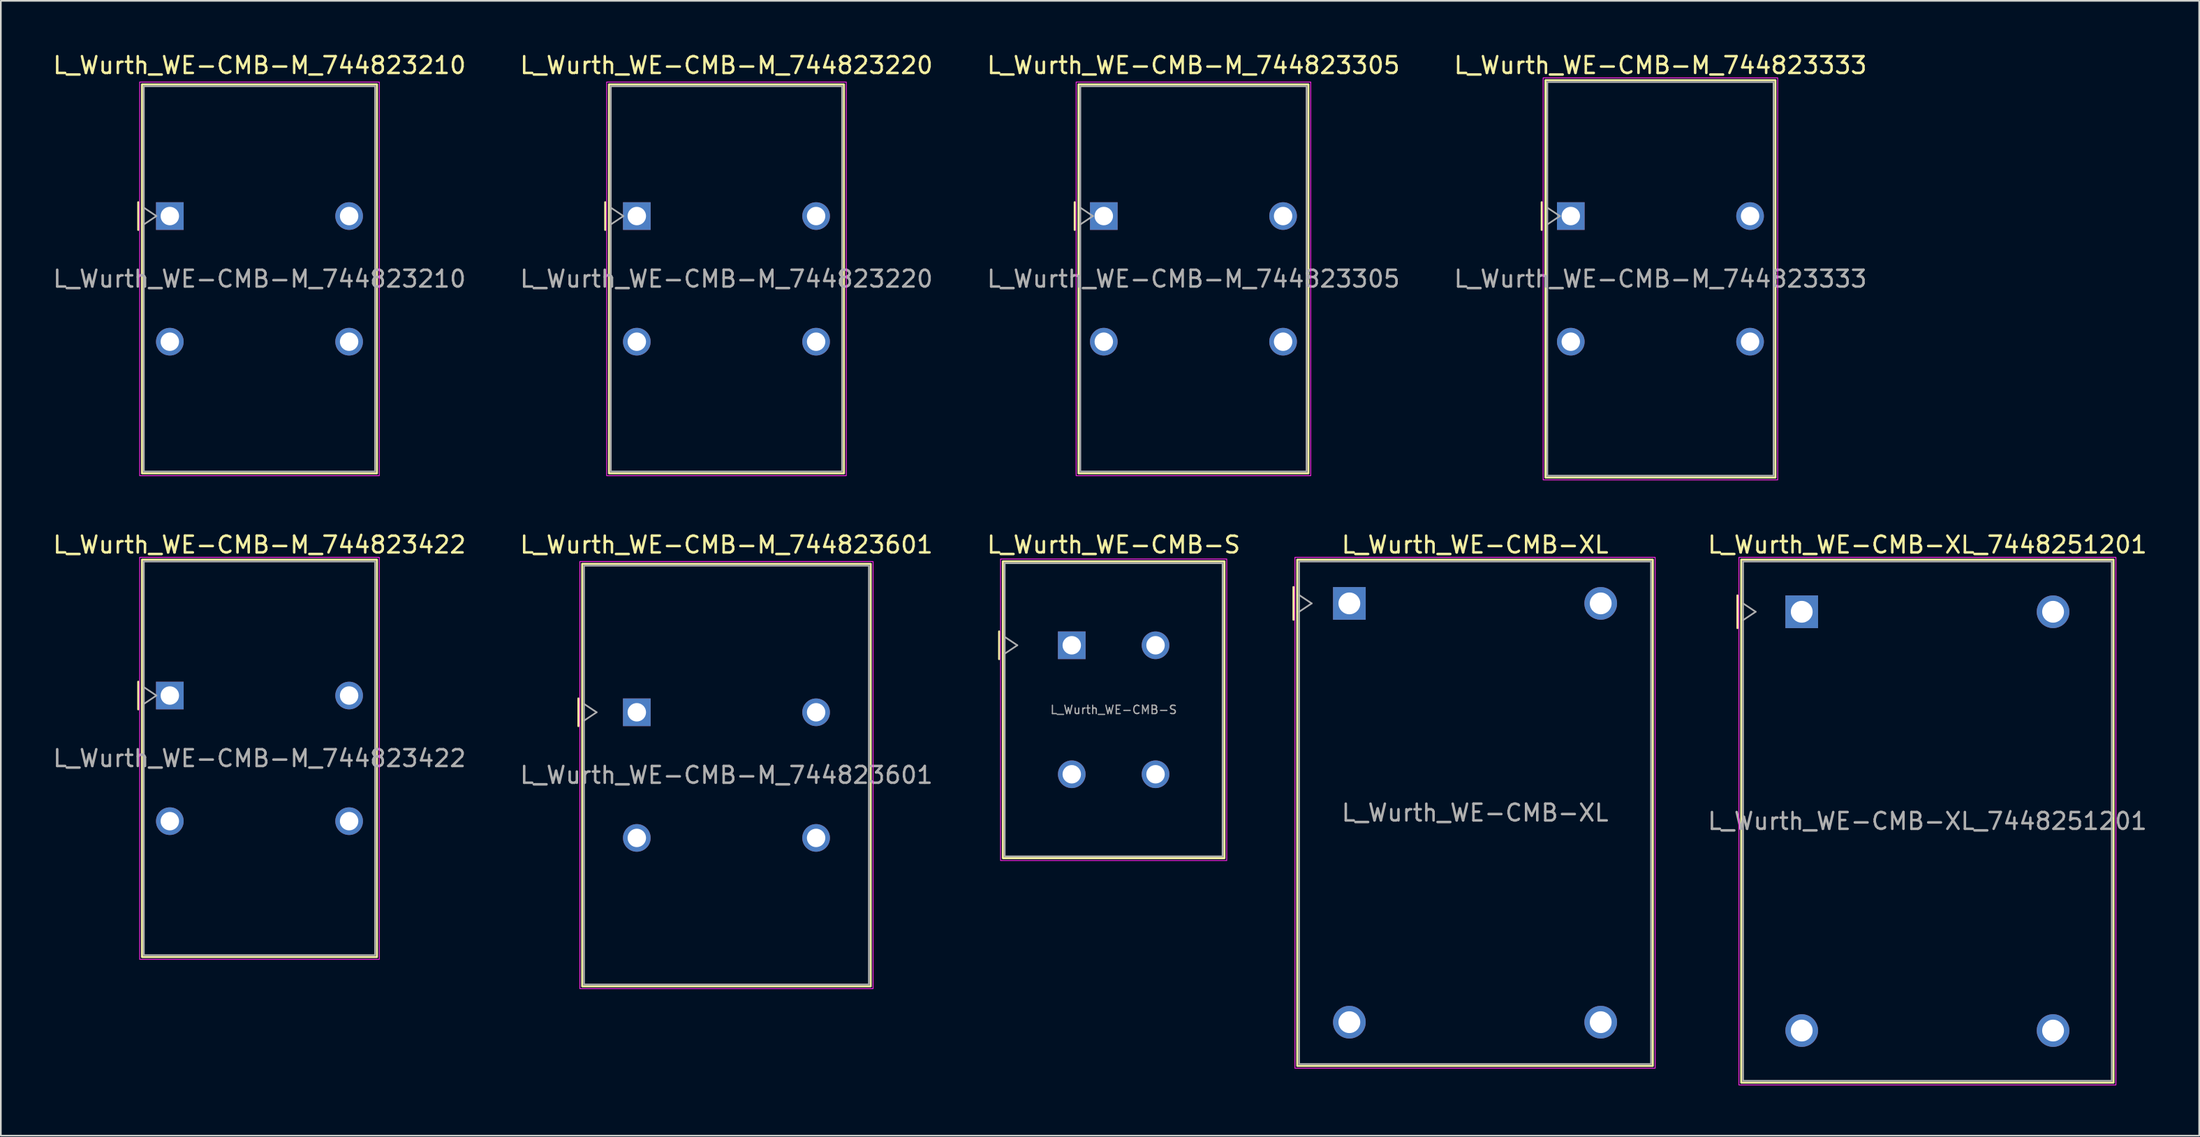
<source format=kicad_pcb>
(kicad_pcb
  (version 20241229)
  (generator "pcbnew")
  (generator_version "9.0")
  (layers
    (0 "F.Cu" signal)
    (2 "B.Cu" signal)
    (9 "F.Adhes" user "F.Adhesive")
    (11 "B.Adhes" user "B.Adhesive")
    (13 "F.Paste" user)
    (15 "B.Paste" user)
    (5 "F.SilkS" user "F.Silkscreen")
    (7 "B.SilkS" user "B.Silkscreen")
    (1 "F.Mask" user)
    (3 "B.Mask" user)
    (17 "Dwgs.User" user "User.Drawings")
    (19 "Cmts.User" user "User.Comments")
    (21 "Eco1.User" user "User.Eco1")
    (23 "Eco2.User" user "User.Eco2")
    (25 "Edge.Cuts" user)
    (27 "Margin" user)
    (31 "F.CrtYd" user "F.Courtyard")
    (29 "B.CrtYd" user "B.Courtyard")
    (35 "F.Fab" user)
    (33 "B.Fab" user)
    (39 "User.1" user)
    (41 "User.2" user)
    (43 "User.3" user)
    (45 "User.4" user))
  (footprint "L_Wurth_WE-CMB-S"
    (layer "F.Cu")
    (at 60.911 35.471)
    (property "Reference" "L_Wurth_WE-CMB-S" (at 2.5 -6 0) (unlocked yes) (layer "F.SilkS") (effects (font (size 1 1) (thickness 0.15))))
    (attr through_hole)
    (fp_line (start -4.335 -0.825) (end -4.335 0.825) (stroke (width 0.12) (type solid)) (layer "F.SilkS"))
    (fp_rect (start -4.11 -5.01) (end 9.11 12.71) (stroke (width 0.12) (type solid)) (fill no) (layer "F.SilkS"))
    (fp_rect (start -4.25 -5.15) (end 9.25 12.85) (stroke (width 0.05) (type solid)) (fill no) (layer "F.CrtYd"))
    (fp_line (start -4 -0.5) (end -3.25 0) (stroke (width 0.1) (type solid)) (layer "F.Fab"))
    (fp_line (start -3.25 0) (end -4 0.5) (stroke (width 0.1) (type solid)) (layer "F.Fab"))
    (fp_rect (start -4 -4.9) (end 9 12.6) (stroke (width 0.1) (type solid)) (fill no) (layer "F.Fab"))
    (fp_text user "${REFERENCE}" (at 2.5 3.85 0) (unlocked yes) (layer "F.Fab") (effects (font (size 0.5 0.5) (thickness 0.075))))
    (pad "1" thru_hole rect (at 0 0) (size 1.65 1.65) (drill 1.1) (layers "*.Cu" "*.Mask"))
    (pad "2" thru_hole circle (at 0 7.7) (size 1.65 1.65) (drill 1.1) (layers "*.Cu" "*.Mask"))
    (pad "3" thru_hole circle (at 5 7.7) (size 1.65 1.65) (drill 1.1) (layers "*.Cu" "*.Mask"))
    (pad "4" thru_hole circle (at 5 0) (size 1.65 1.65) (drill 1.1) (layers "*.Cu" "*.Mask")))
  (footprint "L_Wurth_WE-CMB-M_744823422"
    (layer "F.Cu")
    (at 7.085 38.471)
    (property "Reference" "L_Wurth_WE-CMB-M_744823422" (at 5.35 -9 0) (unlocked yes) (layer "F.SilkS") (effects (font (size 1 1) (thickness 0.15))))
    (attr through_hole)
    (fp_line (start -1.885 -0.825) (end -1.885 0.825) (stroke (width 0.12) (type solid)) (layer "F.SilkS"))
    (fp_rect (start -1.66 -8.11) (end 12.36 15.61) (stroke (width 0.12) (type solid)) (fill no) (layer "F.SilkS"))
    (fp_rect (start -1.8 -8.25) (end 12.5 15.75) (stroke (width 0.05) (type solid)) (fill no) (layer "F.CrtYd"))
    (fp_line (start -1.55 -0.5) (end -0.8 0) (stroke (width 0.1) (type solid)) (layer "F.Fab"))
    (fp_line (start -0.8 0) (end -1.55 0.5) (stroke (width 0.1) (type solid)) (layer "F.Fab"))
    (fp_rect (start -1.55 -8) (end 12.25 15.5) (stroke (width 0.1) (type solid)) (fill no) (layer "F.Fab"))
    (fp_text user "${REFERENCE}" (at 5.35 3.75 0) (unlocked yes) (layer "F.Fab") (effects (font (size 1 1) (thickness 0.15))))
    (pad "1" thru_hole rect (at 0 0) (size 1.65 1.65) (drill 1.1) (layers "*.Cu" "*.Mask"))
    (pad "2" thru_hole circle (at 0 7.5) (size 1.65 1.65) (drill 1.1) (layers "*.Cu" "*.Mask"))
    (pad "3" thru_hole circle (at 10.7 7.5) (size 1.65 1.65) (drill 1.1) (layers "*.Cu" "*.Mask"))
    (pad "4" thru_hole circle (at 10.7 0) (size 1.65 1.65) (drill 1.1) (layers "*.Cu" "*.Mask")))
  (footprint "L_Wurth_WE-CMB-XL"
    (layer "F.Cu")
    (at 77.478 32.971)
    (property "Reference" "L_Wurth_WE-CMB-XL" (at 7.5 -3.5 0) (unlocked yes) (layer "F.SilkS") (effects (font (size 1 1) (thickness 0.15))))
    (attr through_hole)
    (fp_line (start -3.335 -0.975) (end -3.335 0.975) (stroke (width 0.12) (type solid)) (layer "F.SilkS"))
    (fp_rect (start -3.11 -2.61) (end 18.11 27.61) (stroke (width 0.12) (type solid)) (fill no) (layer "F.SilkS"))
    (fp_rect (start -3.25 -2.75) (end 18.25 27.75) (stroke (width 0.05) (type solid)) (fill no) (layer "F.CrtYd"))
    (fp_line (start -3 -0.5) (end -2.25 0) (stroke (width 0.1) (type solid)) (layer "F.Fab"))
    (fp_line (start -2.25 0) (end -3 0.5) (stroke (width 0.1) (type solid)) (layer "F.Fab"))
    (fp_rect (start -3 -2.5) (end 18 27.5) (stroke (width 0.1) (type solid)) (fill no) (layer "F.Fab"))
    (fp_text user "${REFERENCE}" (at 7.5 12.5 0) (unlocked yes) (layer "F.Fab") (effects (font (size 1 1) (thickness 0.15))))
    (pad "1" thru_hole rect (at 0 0) (size 1.95 1.95) (drill 1.3) (layers "*.Cu" "*.Mask"))
    (pad "2" thru_hole circle (at 0 25) (size 1.95 1.95) (drill 1.3) (layers "*.Cu" "*.Mask"))
    (pad "3" thru_hole circle (at 15 25) (size 1.95 1.95) (drill 1.3) (layers "*.Cu" "*.Mask"))
    (pad "4" thru_hole circle (at 15 0) (size 1.95 1.95) (drill 1.3) (layers "*.Cu" "*.Mask")))
  (footprint "L_Wurth_WE-CMB-M_744823601"
    (layer "F.Cu")
    (at 34.954 39.471)
    (property "Reference" "L_Wurth_WE-CMB-M_744823601" (at 5.35 -10 0) (unlocked yes) (layer "F.SilkS") (effects (font (size 1 1) (thickness 0.15))))
    (attr through_hole)
    (fp_line (start -3.485 -0.825) (end -3.485 0.825) (stroke (width 0.12) (type solid)) (layer "F.SilkS"))
    (fp_rect (start -3.26 -8.86) (end 13.96 16.36) (stroke (width 0.12) (type solid)) (fill no) (layer "F.SilkS"))
    (fp_rect (start -3.4 -9) (end 14.1 16.5) (stroke (width 0.05) (type solid)) (fill no) (layer "F.CrtYd"))
    (fp_line (start -3.15 -0.5) (end -2.4 0) (stroke (width 0.1) (type solid)) (layer "F.Fab"))
    (fp_line (start -2.4 0) (end -3.15 0.5) (stroke (width 0.1) (type solid)) (layer "F.Fab"))
    (fp_rect (start -3.15 -8.75) (end 13.85 16.25) (stroke (width 0.1) (type solid)) (fill no) (layer "F.Fab"))
    (fp_text user "${REFERENCE}" (at 5.35 3.75 0) (unlocked yes) (layer "F.Fab") (effects (font (size 1 1) (thickness 0.15))))
    (pad "1" thru_hole rect (at 0 0) (size 1.65 1.65) (drill 1.1) (layers "*.Cu" "*.Mask"))
    (pad "2" thru_hole circle (at 0 7.5) (size 1.65 1.65) (drill 1.1) (layers "*.Cu" "*.Mask"))
    (pad "3" thru_hole circle (at 10.7 7.5) (size 1.65 1.65) (drill 1.1) (layers "*.Cu" "*.Mask"))
    (pad "4" thru_hole circle (at 10.7 0) (size 1.65 1.65) (drill 1.1) (layers "*.Cu" "*.Mask")))
  (footprint "L_Wurth_WE-CMB-M_744823305"
    (layer "F.Cu")
    (at 62.823 9.848)
    (property "Reference" "L_Wurth_WE-CMB-M_744823305" (at 5.35 -9 0) (unlocked yes) (layer "F.SilkS") (effects (font (size 1 1) (thickness 0.15))))
    (attr through_hole)
    (fp_line (start -1.735 -0.825) (end -1.735 0.825) (stroke (width 0.12) (type solid)) (layer "F.SilkS"))
    (fp_rect (start -1.51 -7.86) (end 12.21 15.36) (stroke (width 0.12) (type solid)) (fill no) (layer "F.SilkS"))
    (fp_rect (start -1.65 -8) (end 12.35 15.5) (stroke (width 0.05) (type solid)) (fill no) (layer "F.CrtYd"))
    (fp_line (start -1.4 -0.5) (end -0.65 0) (stroke (width 0.1) (type solid)) (layer "F.Fab"))
    (fp_line (start -0.65 0) (end -1.4 0.5) (stroke (width 0.1) (type solid)) (layer "F.Fab"))
    (fp_rect (start -1.4 -7.75) (end 12.1 15.25) (stroke (width 0.1) (type solid)) (fill no) (layer "F.Fab"))
    (fp_text user "${REFERENCE}" (at 5.35 3.75 0) (unlocked yes) (layer "F.Fab") (effects (font (size 1 1) (thickness 0.15))))
    (pad "1" thru_hole rect (at 0 0) (size 1.65 1.65) (drill 1.1) (layers "*.Cu" "*.Mask"))
    (pad "2" thru_hole circle (at 0 7.5) (size 1.65 1.65) (drill 1.1) (layers "*.Cu" "*.Mask"))
    (pad "3" thru_hole circle (at 10.7 7.5) (size 1.65 1.65) (drill 1.1) (layers "*.Cu" "*.Mask"))
    (pad "4" thru_hole circle (at 10.7 0) (size 1.65 1.65) (drill 1.1) (layers "*.Cu" "*.Mask")))
  (footprint "L_Wurth_WE-CMB-M_744823333"
    (layer "F.Cu")
    (at 90.692 9.848)
    (property "Reference" "L_Wurth_WE-CMB-M_744823333" (at 5.35 -9 0) (unlocked yes) (layer "F.SilkS") (effects (font (size 1 1) (thickness 0.15))))
    (attr through_hole)
    (fp_line (start -1.735 -0.825) (end -1.735 0.825) (stroke (width 0.12) (type solid)) (layer "F.SilkS"))
    (fp_rect (start -1.51 -8.11) (end 12.21 15.61) (stroke (width 0.12) (type solid)) (fill no) (layer "F.SilkS"))
    (fp_rect (start -1.65 -8.25) (end 12.35 15.75) (stroke (width 0.05) (type solid)) (fill no) (layer "F.CrtYd"))
    (fp_line (start -1.4 -0.5) (end -0.65 0) (stroke (width 0.1) (type solid)) (layer "F.Fab"))
    (fp_line (start -0.65 0) (end -1.4 0.5) (stroke (width 0.1) (type solid)) (layer "F.Fab"))
    (fp_rect (start -1.4 -8) (end 12.1 15.5) (stroke (width 0.1) (type solid)) (fill no) (layer "F.Fab"))
    (fp_text user "${REFERENCE}" (at 5.35 3.75 0) (unlocked yes) (layer "F.Fab") (effects (font (size 1 1) (thickness 0.15))))
    (pad "1" thru_hole rect (at 0 0) (size 1.65 1.65) (drill 1.1) (layers "*.Cu" "*.Mask"))
    (pad "2" thru_hole circle (at 0 7.5) (size 1.65 1.65) (drill 1.1) (layers "*.Cu" "*.Mask"))
    (pad "3" thru_hole circle (at 10.7 7.5) (size 1.65 1.65) (drill 1.1) (layers "*.Cu" "*.Mask"))
    (pad "4" thru_hole circle (at 10.7 0) (size 1.65 1.65) (drill 1.1) (layers "*.Cu" "*.Mask")))
  (footprint "L_Wurth_WE-CMB-M_744823210"
    (layer "F.Cu")
    (at 7.085 9.848)
    (property "Reference" "L_Wurth_WE-CMB-M_744823210" (at 5.35 -9 0) (unlocked yes) (layer "F.SilkS") (effects (font (size 1 1) (thickness 0.15))))
    (attr through_hole)
    (fp_line (start -1.885 -0.825) (end -1.885 0.825) (stroke (width 0.12) (type solid)) (layer "F.SilkS"))
    (fp_rect (start -1.66 -7.86) (end 12.36 15.36) (stroke (width 0.12) (type solid)) (fill no) (layer "F.SilkS"))
    (fp_rect (start -1.8 -8) (end 12.5 15.5) (stroke (width 0.05) (type solid)) (fill no) (layer "F.CrtYd"))
    (fp_line (start -1.55 -0.5) (end -0.8 0) (stroke (width 0.1) (type solid)) (layer "F.Fab"))
    (fp_line (start -0.8 0) (end -1.55 0.5) (stroke (width 0.1) (type solid)) (layer "F.Fab"))
    (fp_rect (start -1.55 -7.75) (end 12.25 15.25) (stroke (width 0.1) (type solid)) (fill no) (layer "F.Fab"))
    (fp_text user "${REFERENCE}" (at 5.35 3.75 0) (unlocked yes) (layer "F.Fab") (effects (font (size 1 1) (thickness 0.15))))
    (pad "1" thru_hole rect (at 0 0) (size 1.65 1.65) (drill 1.1) (layers "*.Cu" "*.Mask"))
    (pad "2" thru_hole circle (at 0 7.5) (size 1.65 1.65) (drill 1.1) (layers "*.Cu" "*.Mask"))
    (pad "3" thru_hole circle (at 10.7 7.5) (size 1.65 1.65) (drill 1.1) (layers "*.Cu" "*.Mask"))
    (pad "4" thru_hole circle (at 10.7 0) (size 1.65 1.65) (drill 1.1) (layers "*.Cu" "*.Mask")))
  (footprint "L_Wurth_WE-CMB-XL_7448251201"
    (layer "F.Cu")
    (at 104.474 33.471)
    (property "Reference" "L_Wurth_WE-CMB-XL_7448251201" (at 7.5 -4 0) (unlocked yes) (layer "F.SilkS") (effects (font (size 1 1) (thickness 0.15))))
    (attr through_hole)
    (fp_line (start -3.835 -0.975) (end -3.835 0.975) (stroke (width 0.12) (type solid)) (layer "F.SilkS"))
    (fp_rect (start -3.61 -3.11) (end 18.61 28.11) (stroke (width 0.12) (type solid)) (fill no) (layer "F.SilkS"))
    (fp_rect (start -3.75 -3.25) (end 18.75 28.25) (stroke (width 0.05) (type solid)) (fill no) (layer "F.CrtYd"))
    (fp_line (start -3.5 -0.5) (end -2.75 0) (stroke (width 0.1) (type solid)) (layer "F.Fab"))
    (fp_line (start -2.75 0) (end -3.5 0.5) (stroke (width 0.1) (type solid)) (layer "F.Fab"))
    (fp_rect (start -3.5 -3) (end 18.5 28) (stroke (width 0.1) (type solid)) (fill no) (layer "F.Fab"))
    (fp_text user "${REFERENCE}" (at 7.5 12.5 0) (unlocked yes) (layer "F.Fab") (effects (font (size 1 1) (thickness 0.15))))
    (pad "1" thru_hole rect (at 0 0) (size 1.95 1.95) (drill 1.3) (layers "*.Cu" "*.Mask"))
    (pad "2" thru_hole circle (at 0 25) (size 1.95 1.95) (drill 1.3) (layers "*.Cu" "*.Mask"))
    (pad "3" thru_hole circle (at 15 25) (size 1.95 1.95) (drill 1.3) (layers "*.Cu" "*.Mask"))
    (pad "4" thru_hole circle (at 15 0) (size 1.95 1.95) (drill 1.3) (layers "*.Cu" "*.Mask")))
  (footprint "L_Wurth_WE-CMB-M_744823220"
    (layer "F.Cu")
    (at 34.954 9.848)
    (property "Reference" "L_Wurth_WE-CMB-M_744823220" (at 5.35 -9 0) (unlocked yes) (layer "F.SilkS") (effects (font (size 1 1) (thickness 0.15))))
    (attr through_hole)
    (fp_line (start -1.885 -0.825) (end -1.885 0.825) (stroke (width 0.12) (type solid)) (layer "F.SilkS"))
    (fp_rect (start -1.66 -7.86) (end 12.36 15.36) (stroke (width 0.12) (type solid)) (fill no) (layer "F.SilkS"))
    (fp_rect (start -1.8 -8) (end 12.5 15.5) (stroke (width 0.05) (type solid)) (fill no) (layer "F.CrtYd"))
    (fp_line (start -1.55 -0.5) (end -0.8 0) (stroke (width 0.1) (type solid)) (layer "F.Fab"))
    (fp_line (start -0.8 0) (end -1.55 0.5) (stroke (width 0.1) (type solid)) (layer "F.Fab"))
    (fp_rect (start -1.55 -7.75) (end 12.25 15.25) (stroke (width 0.1) (type solid)) (fill no) (layer "F.Fab"))
    (fp_text user "${REFERENCE}" (at 5.35 3.75 0) (unlocked yes) (layer "F.Fab") (effects (font (size 1 1) (thickness 0.15))))
    (pad "1" thru_hole rect (at 0 0) (size 1.65 1.65) (drill 1.1) (layers "*.Cu" "*.Mask"))
    (pad "2" thru_hole circle (at 0 7.5) (size 1.65 1.65) (drill 1.1) (layers "*.Cu" "*.Mask"))
    (pad "3" thru_hole circle (at 10.7 7.5) (size 1.65 1.65) (drill 1.1) (layers "*.Cu" "*.Mask"))
    (pad "4" thru_hole circle (at 10.7 0) (size 1.65 1.65) (drill 1.1) (layers "*.Cu" "*.Mask")))
  (gr_rect
    (start -3 -3)
    (end 128.194 64.746)
    (stroke (width 0.1) (type default))
    (fill no)
    (layer "Edge.Cuts")))
</source>
